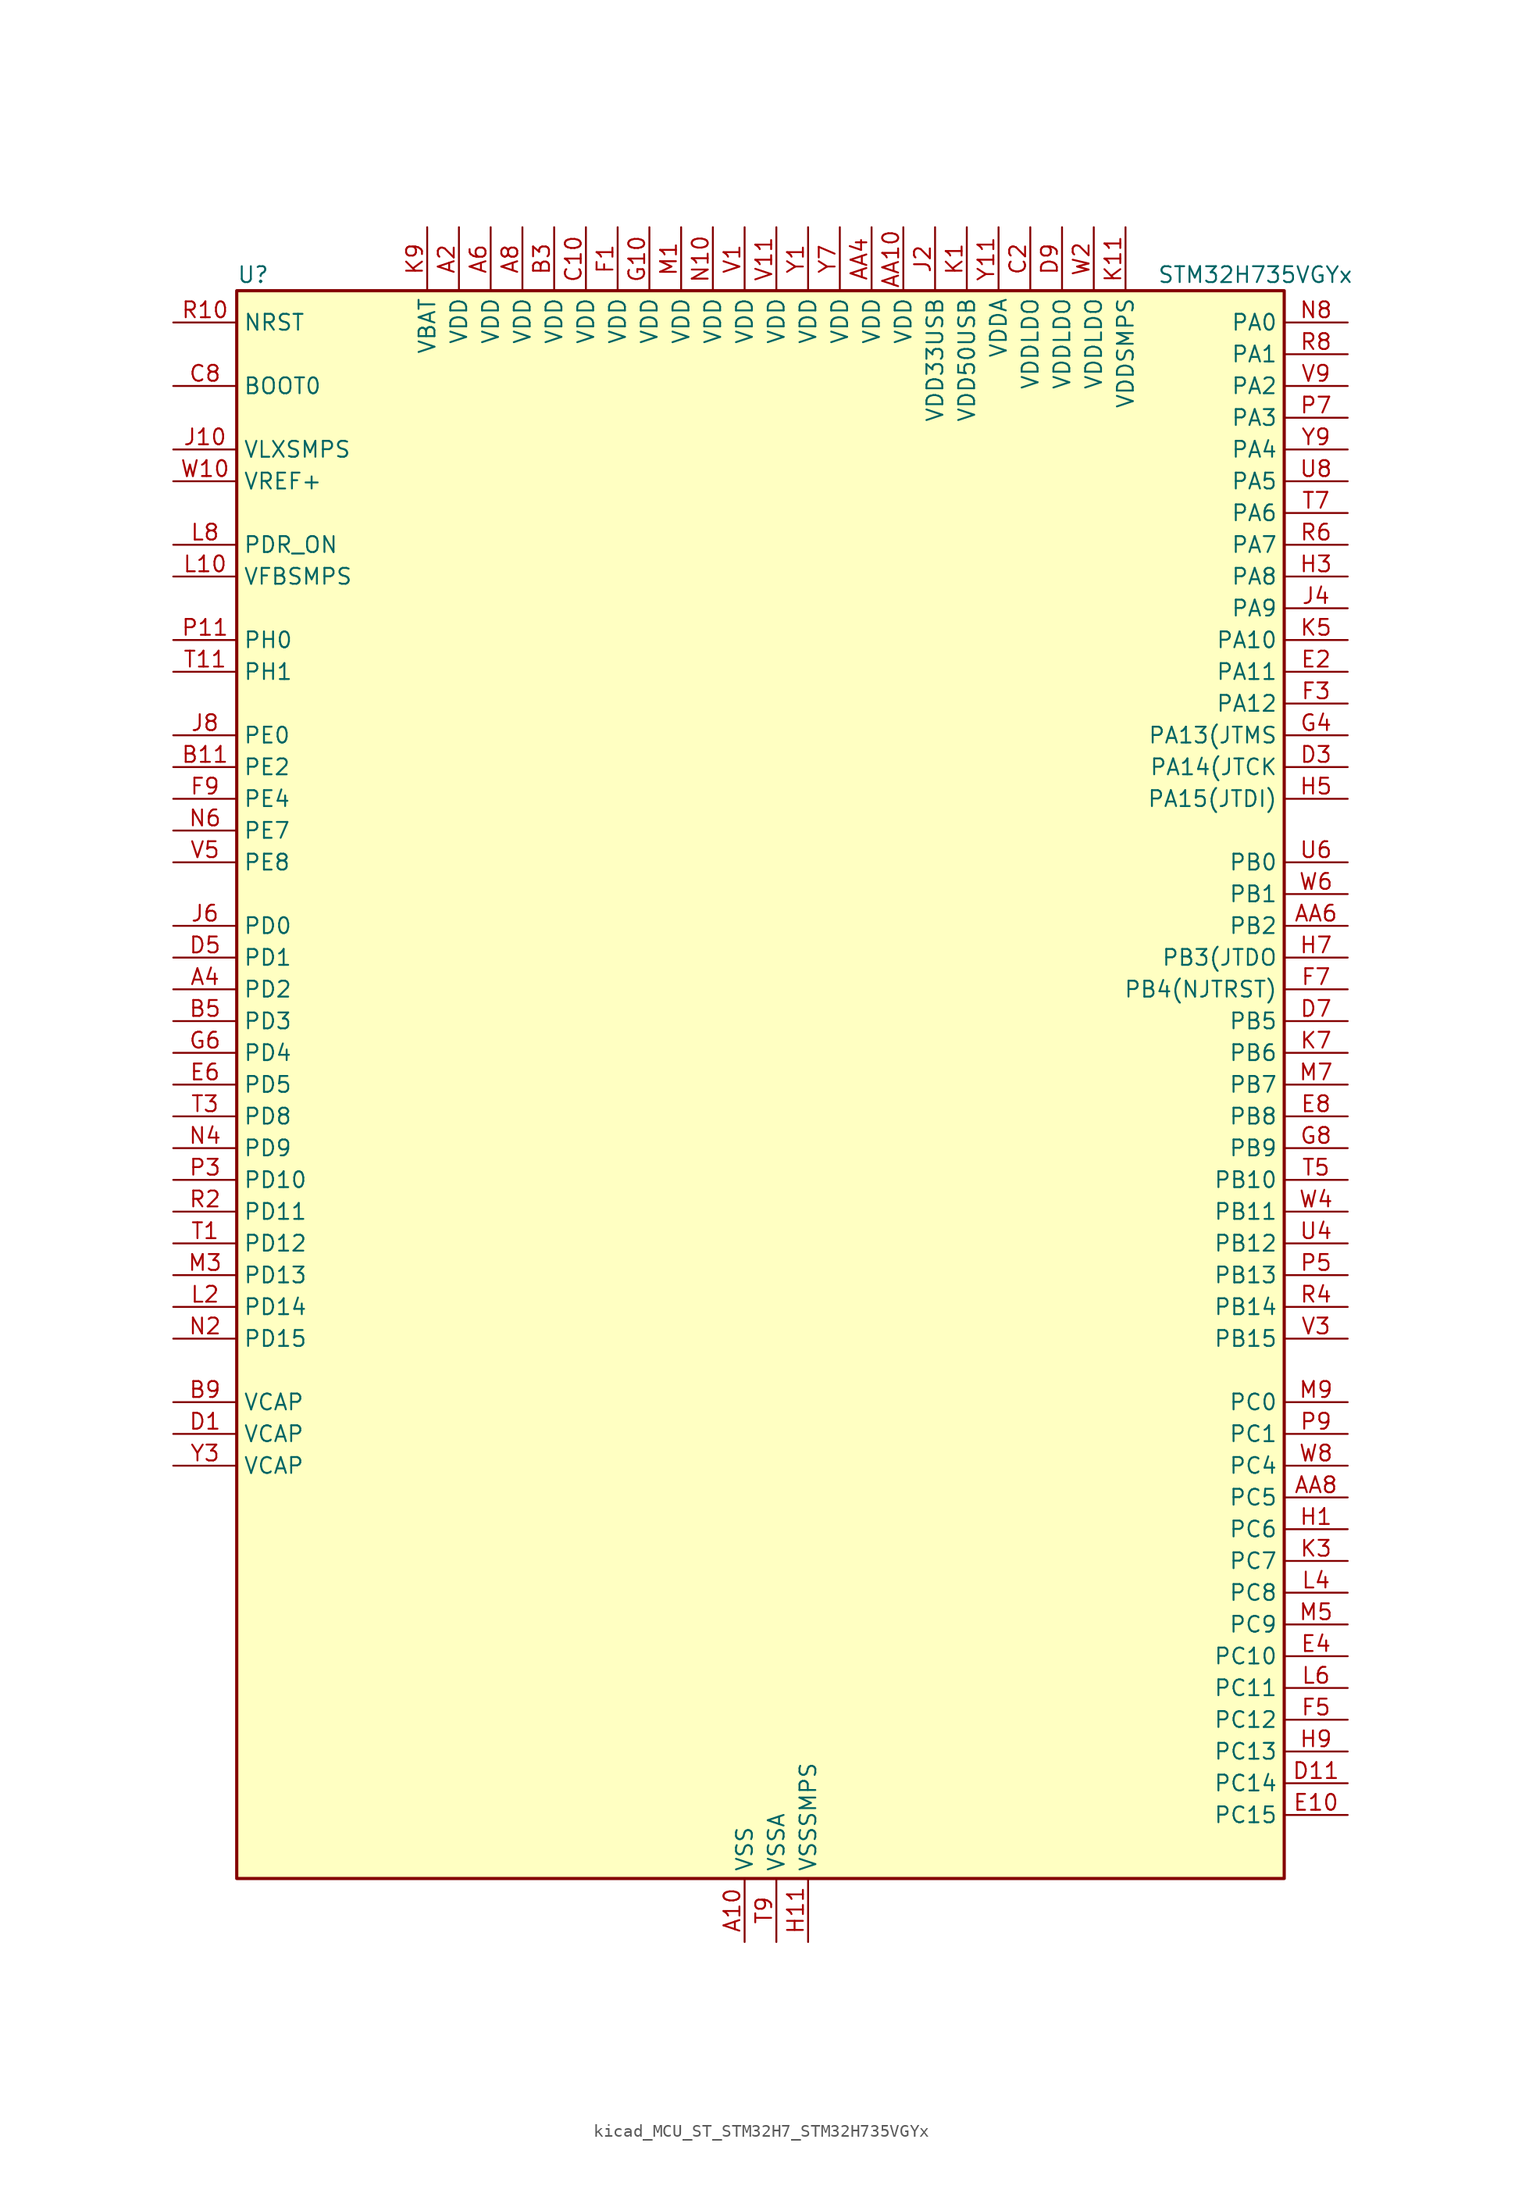
<source format=kicad_sym>
(kicad_symbol_lib
  (version 20220914)
  (generator kicad_symbol_editor)
  (symbol "kicad_MCU_ST_STM32H7_STM32H735VGYx"
    (property "Reference" "U"
      (at -40.64 64.77 0)
      (effects (font (size 1.27 1.27)) (justify left)))
    (property "Value" "STM32H735VGYx"
      (at 33.02 64.77 0)
      (effects (font (size 1.27 1.27)) (justify left)))
    (property "ki_locked" ""
      (at 0 0 0)
      (effects (font (size 1.27 1.27))))
    (symbol "kicad_MCU_ST_STM32H7_STM32H735VGYx_0_1"
      (rectangle (start -40.64 -63.5) (end 43.18 63.5) (stroke (width 0.254) (type default)) (fill (type background))))
    (symbol "kicad_MCU_ST_STM32H7_STM32H735VGYx_1_1"
      (pin power_in line (at 0 -68.58 90) (length 5.08) (name "VSS" (effects (font (size 1.27 1.27)))) (number "A10" (effects (font (size 1.27 1.27)))))
      (pin power_in line (at -22.86 68.58 270) (length 5.08) (name "VDD" (effects (font (size 1.27 1.27)))) (number "A2" (effects (font (size 1.27 1.27)))))
      (pin bidirectional line (at -45.72 7.62 0) (length 5.08) (name "PD2" (effects (font (size 1.27 1.27)))) (number "A4" (effects (font (size 1.27 1.27)))) (alternate "DCMI_D11" bidirectional line) (alternate "DEBUG_TRACED2" bidirectional line) (alternate "FMC_D7" bidirectional line) (alternate "FMC_DA7" bidirectional line) (alternate "LTDC_B2" bidirectional line) (alternate "LTDC_B7" bidirectional line) (alternate "PSSI_D11" bidirectional line) (alternate "SDMMC1_CMD" bidirectional line) (alternate "TIM15_BKIN" bidirectional line) (alternate "TIM3_ETR" bidirectional line) (alternate "UART5_RX" bidirectional line))
      (pin power_in line (at -20.32 68.58 270) (length 5.08) (name "VDD" (effects (font (size 1.27 1.27)))) (number "A6" (effects (font (size 1.27 1.27)))))
      (pin power_in line (at -17.78 68.58 270) (length 5.08) (name "VDD" (effects (font (size 1.27 1.27)))) (number "A8" (effects (font (size 1.27 1.27)))))
      (pin power_in line (at 12.7 68.58 270) (length 5.08) (name "VDD" (effects (font (size 1.27 1.27)))) (number "AA10" (effects (font (size 1.27 1.27)))))
      (pin passive line (at 0 -68.58 90) (length 5.08) hide (name "VSS" (effects (font (size 1.27 1.27)))) (number "AA2" (effects (font (size 1.27 1.27)))))
      (pin power_in line (at 10.16 68.58 270) (length 5.08) (name "VDD" (effects (font (size 1.27 1.27)))) (number "AA4" (effects (font (size 1.27 1.27)))))
      (pin bidirectional line (at 48.26 12.7 180) (length 5.08) (name "PB2" (effects (font (size 1.27 1.27)))) (number "AA6" (effects (font (size 1.27 1.27)))) (alternate "COMP1_INP" bidirectional line) (alternate "DFSDM1_CKIN1" bidirectional line) (alternate "ETH_TX_ER" bidirectional line) (alternate "I2S3_SDO" bidirectional line) (alternate "OCTOSPIM_P1_CLK" bidirectional line) (alternate "OCTOSPIM_P1_DQS" bidirectional line) (alternate "RTC_OUT_ALARM" bidirectional line) (alternate "RTC_OUT_CALIB" bidirectional line) (alternate "SAI1_D1" bidirectional line) (alternate "SAI1_SD_A" bidirectional line) (alternate "SAI4_D1" bidirectional line) (alternate "SAI4_SD_A" bidirectional line) (alternate "SPI3_MOSI" bidirectional line) (alternate "TIM23_ETR" bidirectional line))
      (pin bidirectional line (at 48.26 -33.02 180) (length 5.08) (name "PC5" (effects (font (size 1.27 1.27)))) (number "AA8" (effects (font (size 1.27 1.27)))) (alternate "ADC1_INN4" bidirectional line) (alternate "ADC1_INP8" bidirectional line) (alternate "ADC2_INN4" bidirectional line) (alternate "ADC2_INP8" bidirectional line) (alternate "COMP1_OUT" bidirectional line) (alternate "DFSDM1_DATIN2" bidirectional line) (alternate "ETH_RXD1" bidirectional line) (alternate "FMC_SDCKE0" bidirectional line) (alternate "LTDC_DE" bidirectional line) (alternate "OCTOSPIM_P1_DQS" bidirectional line) (alternate "OPAMP1_VINM" bidirectional line) (alternate "PSSI_D15" bidirectional line) (alternate "SAI1_D3" bidirectional line) (alternate "SAI4_D3" bidirectional line) (alternate "SPDIFRX1_IN3" bidirectional line))
      (pin passive line (at 0 -68.58 90) (length 5.08) hide (name "VSS" (effects (font (size 1.27 1.27)))) (number "B1" (effects (font (size 1.27 1.27)))))
      (pin bidirectional line (at -45.72 25.4 0) (length 5.08) (name "PE2" (effects (font (size 1.27 1.27)))) (number "B11" (effects (font (size 1.27 1.27)))) (alternate "DEBUG_TRACECLK" bidirectional line) (alternate "ETH_TXD3" bidirectional line) (alternate "FMC_A23" bidirectional line) (alternate "OCTOSPIM_P1_IO2" bidirectional line) (alternate "SAI1_CK1" bidirectional line) (alternate "SAI1_MCLK_A" bidirectional line) (alternate "SAI4_CK1" bidirectional line) (alternate "SAI4_MCLK_A" bidirectional line))
      (pin power_in line (at -15.24 68.58 270) (length 5.08) (name "VDD" (effects (font (size 1.27 1.27)))) (number "B3" (effects (font (size 1.27 1.27)))))
      (pin bidirectional line (at -45.72 5.08 0) (length 5.08) (name "PD3" (effects (font (size 1.27 1.27)))) (number "B5" (effects (font (size 1.27 1.27)))) (alternate "DCMI_D5" bidirectional line) (alternate "DFSDM1_CKOUT" bidirectional line) (alternate "FMC_CLK" bidirectional line) (alternate "I2S2_CK" bidirectional line) (alternate "LTDC_G7" bidirectional line) (alternate "PSSI_D5" bidirectional line) (alternate "SPI2_SCK" bidirectional line) (alternate "USART2_CTS" bidirectional line) (alternate "USART2_NSS" bidirectional line))
      (pin passive line (at 0 -68.58 90) (length 5.08) hide (name "VSS" (effects (font (size 1.27 1.27)))) (number "B7" (effects (font (size 1.27 1.27)))))
      (pin power_out line (at -45.72 -25.4 0) (length 5.08) (name "VCAP" (effects (font (size 1.27 1.27)))) (number "B9" (effects (font (size 1.27 1.27)))))
      (pin power_in line (at -12.7 68.58 270) (length 5.08) (name "VDD" (effects (font (size 1.27 1.27)))) (number "C10" (effects (font (size 1.27 1.27)))))
      (pin power_in line (at 22.86 68.58 270) (length 5.08) (name "VDDLDO" (effects (font (size 1.27 1.27)))) (number "C2" (effects (font (size 1.27 1.27)))))
      (pin passive line (at 0 -68.58 90) (length 5.08) hide (name "VSS" (effects (font (size 1.27 1.27)))) (number "C4" (effects (font (size 1.27 1.27)))))
      (pin passive line (at 0 -68.58 90) (length 5.08) hide (name "VSS" (effects (font (size 1.27 1.27)))) (number "C6" (effects (font (size 1.27 1.27)))))
      (pin input line (at -45.72 55.88 0) (length 5.08) (name "BOOT0" (effects (font (size 1.27 1.27)))) (number "C8" (effects (font (size 1.27 1.27)))))
      (pin power_out line (at -45.72 -27.94 0) (length 5.08) (name "VCAP" (effects (font (size 1.27 1.27)))) (number "D1" (effects (font (size 1.27 1.27)))))
      (pin bidirectional line (at 48.26 -55.88 180) (length 5.08) (name "PC14" (effects (font (size 1.27 1.27)))) (number "D11" (effects (font (size 1.27 1.27)))) (alternate "RCC_OSC32_IN" bidirectional line))
      (pin bidirectional line (at 48.26 25.4 180) (length 5.08) (name "PA14(JTCK" (effects (font (size 1.27 1.27)))) (number "D3" (effects (font (size 1.27 1.27)))) (alternate "DEBUG_JTCK-SWCLK" bidirectional line))
      (pin bidirectional line (at -45.72 10.16 0) (length 5.08) (name "PD1" (effects (font (size 1.27 1.27)))) (number "D5" (effects (font (size 1.27 1.27)))) (alternate "DFSDM1_DATIN6" bidirectional line) (alternate "FDCAN1_TX" bidirectional line) (alternate "FMC_D3" bidirectional line) (alternate "FMC_DA3" bidirectional line) (alternate "UART4_TX" bidirectional line))
      (pin bidirectional line (at 48.26 5.08 180) (length 5.08) (name "PB5" (effects (font (size 1.27 1.27)))) (number "D7" (effects (font (size 1.27 1.27)))) (alternate "DCMI_D10" bidirectional line) (alternate "ETH_PPS_OUT" bidirectional line) (alternate "FDCAN2_RX" bidirectional line) (alternate "FMC_SDCKE1" bidirectional line) (alternate "I2C1_SMBA" bidirectional line) (alternate "I2C4_SMBA" bidirectional line) (alternate "I2S1_SDO" bidirectional line) (alternate "I2S3_SDO" bidirectional line) (alternate "I2S6_SDO" bidirectional line) (alternate "LTDC_B5" bidirectional line) (alternate "PSSI_D10" bidirectional line) (alternate "SPI1_MOSI" bidirectional line) (alternate "SPI3_MOSI" bidirectional line) (alternate "SPI6_MOSI" bidirectional line) (alternate "TIM17_BKIN" bidirectional line) (alternate "TIM3_CH2" bidirectional line) (alternate "UART5_RX" bidirectional line) (alternate "USB_OTG_HS_ULPI_D7" bidirectional line))
      (pin power_in line (at 25.4 68.58 270) (length 5.08) (name "VDDLDO" (effects (font (size 1.27 1.27)))) (number "D9" (effects (font (size 1.27 1.27)))))
      (pin bidirectional line (at 48.26 -58.42 180) (length 5.08) (name "PC15" (effects (font (size 1.27 1.27)))) (number "E10" (effects (font (size 1.27 1.27)))) (alternate "ADC1_EXTI15" bidirectional line) (alternate "ADC2_EXTI15" bidirectional line) (alternate "ADC3_EXTI15" bidirectional line) (alternate "RCC_OSC32_OUT" bidirectional line))
      (pin bidirectional line (at 48.26 33.02 180) (length 5.08) (name "PA11" (effects (font (size 1.27 1.27)))) (number "E2" (effects (font (size 1.27 1.27)))) (alternate "ADC1_EXTI11" bidirectional line) (alternate "ADC2_EXTI11" bidirectional line) (alternate "ADC3_EXTI11" bidirectional line) (alternate "FDCAN1_RX" bidirectional line) (alternate "I2S2_WS" bidirectional line) (alternate "LPUART1_CTS" bidirectional line) (alternate "LTDC_R4" bidirectional line) (alternate "SPI2_NSS" bidirectional line) (alternate "TIM1_CH4" bidirectional line) (alternate "UART4_RX" bidirectional line) (alternate "USART1_CTS" bidirectional line) (alternate "USART1_NSS" bidirectional line) (alternate "USB_OTG_HS_DM" bidirectional line))
      (pin bidirectional line (at 48.26 -45.72 180) (length 5.08) (name "PC10" (effects (font (size 1.27 1.27)))) (number "E4" (effects (font (size 1.27 1.27)))) (alternate "DCMI_D8" bidirectional line) (alternate "DFSDM1_CKIN5" bidirectional line) (alternate "I2C5_SDA" bidirectional line) (alternate "I2S3_CK" bidirectional line) (alternate "LTDC_B1" bidirectional line) (alternate "LTDC_R2" bidirectional line) (alternate "OCTOSPIM_P1_IO1" bidirectional line) (alternate "PSSI_D8" bidirectional line) (alternate "SDMMC1_D2" bidirectional line) (alternate "SPI3_SCK" bidirectional line) (alternate "SWPMI1_RX" bidirectional line) (alternate "UART4_TX" bidirectional line) (alternate "USART3_TX" bidirectional line))
      (pin bidirectional line (at -45.72 0 0) (length 5.08) (name "PD5" (effects (font (size 1.27 1.27)))) (number "E6" (effects (font (size 1.27 1.27)))) (alternate "FMC_NWE" bidirectional line) (alternate "OCTOSPIM_P1_IO5" bidirectional line) (alternate "USART2_TX" bidirectional line))
      (pin bidirectional line (at 48.26 -2.54 180) (length 5.08) (name "PB8" (effects (font (size 1.27 1.27)))) (number "E8" (effects (font (size 1.27 1.27)))) (alternate "DCMI_D6" bidirectional line) (alternate "DFSDM1_CKIN7" bidirectional line) (alternate "ETH_TXD3" bidirectional line) (alternate "FDCAN1_RX" bidirectional line) (alternate "I2C1_SCL" bidirectional line) (alternate "I2C4_SCL" bidirectional line) (alternate "LTDC_B6" bidirectional line) (alternate "PSSI_D6" bidirectional line) (alternate "SDMMC1_CKIN" bidirectional line) (alternate "SDMMC1_D4" bidirectional line) (alternate "SDMMC2_D4" bidirectional line) (alternate "TIM16_CH1" bidirectional line) (alternate "TIM4_CH3" bidirectional line) (alternate "UART4_RX" bidirectional line))
      (pin power_in line (at -10.16 68.58 270) (length 5.08) (name "VDD" (effects (font (size 1.27 1.27)))) (number "F1" (effects (font (size 1.27 1.27)))))
      (pin passive line (at 0 -68.58 90) (length 5.08) hide (name "VSS" (effects (font (size 1.27 1.27)))) (number "F11" (effects (font (size 1.27 1.27)))))
      (pin bidirectional line (at 48.26 30.48 180) (length 5.08) (name "PA12" (effects (font (size 1.27 1.27)))) (number "F3" (effects (font (size 1.27 1.27)))) (alternate "FDCAN1_TX" bidirectional line) (alternate "I2S2_CK" bidirectional line) (alternate "LPUART1_DE" bidirectional line) (alternate "LPUART1_RTS" bidirectional line) (alternate "LTDC_R5" bidirectional line) (alternate "SAI4_FS_B" bidirectional line) (alternate "SPI2_SCK" bidirectional line) (alternate "TIM1_BKIN2" bidirectional line) (alternate "TIM1_ETR" bidirectional line) (alternate "UART4_TX" bidirectional line) (alternate "USART1_DE" bidirectional line) (alternate "USART1_RTS" bidirectional line) (alternate "USB_OTG_HS_DP" bidirectional line))
      (pin bidirectional line (at 48.26 -50.8 180) (length 5.08) (name "PC12" (effects (font (size 1.27 1.27)))) (number "F5" (effects (font (size 1.27 1.27)))) (alternate "DCMI_D9" bidirectional line) (alternate "DEBUG_TRACED3" bidirectional line) (alternate "FMC_D6" bidirectional line) (alternate "FMC_DA6" bidirectional line) (alternate "I2C5_SMBA" bidirectional line) (alternate "I2S3_SDO" bidirectional line) (alternate "I2S6_CK" bidirectional line) (alternate "LTDC_R6" bidirectional line) (alternate "PSSI_D9" bidirectional line) (alternate "SDMMC1_CK" bidirectional line) (alternate "SPI3_MOSI" bidirectional line) (alternate "SPI6_SCK" bidirectional line) (alternate "TIM15_CH1" bidirectional line) (alternate "UART5_TX" bidirectional line) (alternate "USART3_CK" bidirectional line))
      (pin bidirectional line (at 48.26 7.62 180) (length 5.08) (name "PB4(NJTRST)" (effects (font (size 1.27 1.27)))) (number "F7" (effects (font (size 1.27 1.27)))) (alternate "DEBUG_JTRST" bidirectional line) (alternate "I2S1_SDI" bidirectional line) (alternate "I2S2_WS" bidirectional line) (alternate "I2S3_SDI" bidirectional line) (alternate "I2S6_SDI" bidirectional line) (alternate "SDMMC2_D3" bidirectional line) (alternate "SPI1_MISO" bidirectional line) (alternate "SPI2_NSS" bidirectional line) (alternate "SPI3_MISO" bidirectional line) (alternate "SPI6_MISO" bidirectional line) (alternate "TIM16_BKIN" bidirectional line) (alternate "TIM3_CH1" bidirectional line) (alternate "UART7_TX" bidirectional line))
      (pin bidirectional line (at -45.72 22.86 0) (length 5.08) (name "PE4" (effects (font (size 1.27 1.27)))) (number "F9" (effects (font (size 1.27 1.27)))) (alternate "DCMI_D4" bidirectional line) (alternate "DEBUG_TRACED1" bidirectional line) (alternate "DFSDM1_DATIN3" bidirectional line) (alternate "FMC_A20" bidirectional line) (alternate "LTDC_B0" bidirectional line) (alternate "PSSI_D4" bidirectional line) (alternate "SAI1_D2" bidirectional line) (alternate "SAI1_FS_A" bidirectional line) (alternate "SAI4_D2" bidirectional line) (alternate "SAI4_FS_A" bidirectional line) (alternate "TIM15_CH1N" bidirectional line))
      (pin power_in line (at -7.62 68.58 270) (length 5.08) (name "VDD" (effects (font (size 1.27 1.27)))) (number "G10" (effects (font (size 1.27 1.27)))))
      (pin passive line (at 0 -68.58 90) (length 5.08) hide (name "VSS" (effects (font (size 1.27 1.27)))) (number "G2" (effects (font (size 1.27 1.27)))))
      (pin bidirectional line (at 48.26 27.94 180) (length 5.08) (name "PA13(JTMS" (effects (font (size 1.27 1.27)))) (number "G4" (effects (font (size 1.27 1.27)))) (alternate "DEBUG_JTMS-SWDIO" bidirectional line))
      (pin bidirectional line (at -45.72 2.54 0) (length 5.08) (name "PD4" (effects (font (size 1.27 1.27)))) (number "G6" (effects (font (size 1.27 1.27)))) (alternate "FMC_NOE" bidirectional line) (alternate "OCTOSPIM_P1_IO4" bidirectional line) (alternate "USART2_DE" bidirectional line) (alternate "USART2_RTS" bidirectional line))
      (pin bidirectional line (at 48.26 -5.08 180) (length 5.08) (name "PB9" (effects (font (size 1.27 1.27)))) (number "G8" (effects (font (size 1.27 1.27)))) (alternate "DAC1_EXTI9" bidirectional line) (alternate "DCMI_D7" bidirectional line) (alternate "DFSDM1_DATIN7" bidirectional line) (alternate "FDCAN1_TX" bidirectional line) (alternate "I2C1_SDA" bidirectional line) (alternate "I2C4_SDA" bidirectional line) (alternate "I2C4_SMBA" bidirectional line) (alternate "I2S2_WS" bidirectional line) (alternate "LTDC_B7" bidirectional line) (alternate "PSSI_D7" bidirectional line) (alternate "SDMMC1_CDIR" bidirectional line) (alternate "SDMMC1_D5" bidirectional line) (alternate "SDMMC2_D5" bidirectional line) (alternate "SPI2_NSS" bidirectional line) (alternate "TIM17_CH1" bidirectional line) (alternate "TIM4_CH4" bidirectional line) (alternate "UART4_TX" bidirectional line))
      (pin bidirectional line (at 48.26 -35.56 180) (length 5.08) (name "PC6" (effects (font (size 1.27 1.27)))) (number "H1" (effects (font (size 1.27 1.27)))) (alternate "DCMI_D0" bidirectional line) (alternate "DFSDM1_CKIN3" bidirectional line) (alternate "FMC_NWAIT" bidirectional line) (alternate "I2S2_MCK" bidirectional line) (alternate "LTDC_HSYNC" bidirectional line) (alternate "PSSI_D0" bidirectional line) (alternate "SDMMC1_D0DIR" bidirectional line) (alternate "SDMMC1_D6" bidirectional line) (alternate "SDMMC2_D6" bidirectional line) (alternate "SWPMI1_IO" bidirectional line) (alternate "TIM3_CH1" bidirectional line) (alternate "TIM8_CH1" bidirectional line) (alternate "USART6_TX" bidirectional line))
      (pin power_in line (at 5.08 -68.58 90) (length 5.08) (name "VSSSMPS" (effects (font (size 1.27 1.27)))) (number "H11" (effects (font (size 1.27 1.27)))))
      (pin bidirectional line (at 48.26 40.64 180) (length 5.08) (name "PA8" (effects (font (size 1.27 1.27)))) (number "H3" (effects (font (size 1.27 1.27)))) (alternate "I2C3_SCL" bidirectional line) (alternate "I2C5_SCL" bidirectional line) (alternate "LTDC_B3" bidirectional line) (alternate "LTDC_R6" bidirectional line) (alternate "RCC_MCO_1" bidirectional line) (alternate "TIM1_CH1" bidirectional line) (alternate "TIM8_BKIN2" bidirectional line) (alternate "TIM8_BKIN2_COMP1" bidirectional line) (alternate "TIM8_BKIN2_COMP2" bidirectional line) (alternate "UART7_RX" bidirectional line) (alternate "USART1_CK" bidirectional line) (alternate "USB_OTG_HS_SOF" bidirectional line))
      (pin bidirectional line (at 48.26 22.86 180) (length 5.08) (name "PA15(JTDI)" (effects (font (size 1.27 1.27)))) (number "H5" (effects (font (size 1.27 1.27)))) (alternate "ADC1_EXTI15" bidirectional line) (alternate "ADC2_EXTI15" bidirectional line) (alternate "ADC3_EXTI15" bidirectional line) (alternate "CEC" bidirectional line) (alternate "DEBUG_JTDI" bidirectional line) (alternate "I2S1_WS" bidirectional line) (alternate "I2S3_WS" bidirectional line) (alternate "I2S6_WS" bidirectional line) (alternate "LTDC_B6" bidirectional line) (alternate "LTDC_R3" bidirectional line) (alternate "SPI1_NSS" bidirectional line) (alternate "SPI3_NSS" bidirectional line) (alternate "SPI6_NSS" bidirectional line) (alternate "TIM2_CH1" bidirectional line) (alternate "TIM2_ETR" bidirectional line) (alternate "UART4_DE" bidirectional line) (alternate "UART4_RTS" bidirectional line) (alternate "UART7_TX" bidirectional line))
      (pin bidirectional line (at 48.26 10.16 180) (length 5.08) (name "PB3(JTDO" (effects (font (size 1.27 1.27)))) (number "H7" (effects (font (size 1.27 1.27)))) (alternate "CRS_SYNC" bidirectional line) (alternate "DEBUG_JTDO-SWO" bidirectional line) (alternate "I2S1_CK" bidirectional line) (alternate "I2S3_CK" bidirectional line) (alternate "I2S6_CK" bidirectional line) (alternate "SDMMC2_D2" bidirectional line) (alternate "SPI1_SCK" bidirectional line) (alternate "SPI3_SCK" bidirectional line) (alternate "SPI6_SCK" bidirectional line) (alternate "TIM24_ETR" bidirectional line) (alternate "TIM2_CH2" bidirectional line) (alternate "UART7_RX" bidirectional line))
      (pin bidirectional line (at 48.26 -53.34 180) (length 5.08) (name "PC13" (effects (font (size 1.27 1.27)))) (number "H9" (effects (font (size 1.27 1.27)))) (alternate "PWR_WKUP4" bidirectional line) (alternate "RTC_OUT_ALARM" bidirectional line) (alternate "RTC_OUT_CALIB" bidirectional line) (alternate "RTC_TAMP1" bidirectional line) (alternate "RTC_TS" bidirectional line))
      (pin power_in line (at -45.72 50.8 0) (length 5.08) (name "VLXSMPS" (effects (font (size 1.27 1.27)))) (number "J10" (effects (font (size 1.27 1.27)))))
      (pin power_in line (at 15.24 68.58 270) (length 5.08) (name "VDD33USB" (effects (font (size 1.27 1.27)))) (number "J2" (effects (font (size 1.27 1.27)))))
      (pin bidirectional line (at 48.26 38.1 180) (length 5.08) (name "PA9" (effects (font (size 1.27 1.27)))) (number "J4" (effects (font (size 1.27 1.27)))) (alternate "DAC1_EXTI9" bidirectional line) (alternate "DCMI_D0" bidirectional line) (alternate "ETH_TX_ER" bidirectional line) (alternate "I2C3_SMBA" bidirectional line) (alternate "I2C5_SMBA" bidirectional line) (alternate "I2S2_CK" bidirectional line) (alternate "LPUART1_TX" bidirectional line) (alternate "LTDC_R5" bidirectional line) (alternate "PSSI_D0" bidirectional line) (alternate "SPI2_SCK" bidirectional line) (alternate "TIM1_CH2" bidirectional line) (alternate "USART1_TX" bidirectional line) (alternate "USB_OTG_HS_VBUS" bidirectional line))
      (pin bidirectional line (at -45.72 12.7 0) (length 5.08) (name "PD0" (effects (font (size 1.27 1.27)))) (number "J6" (effects (font (size 1.27 1.27)))) (alternate "DFSDM1_CKIN6" bidirectional line) (alternate "FDCAN1_RX" bidirectional line) (alternate "FMC_D2" bidirectional line) (alternate "FMC_DA2" bidirectional line) (alternate "LTDC_B1" bidirectional line) (alternate "UART4_RX" bidirectional line) (alternate "UART9_CTS" bidirectional line))
      (pin bidirectional line (at -45.72 27.94 0) (length 5.08) (name "PE0" (effects (font (size 1.27 1.27)))) (number "J8" (effects (font (size 1.27 1.27)))) (alternate "DCMI_D2" bidirectional line) (alternate "FMC_NBL0" bidirectional line) (alternate "LPTIM1_ETR" bidirectional line) (alternate "LPTIM2_ETR" bidirectional line) (alternate "LTDC_R0" bidirectional line) (alternate "PSSI_D2" bidirectional line) (alternate "SAI4_MCLK_A" bidirectional line) (alternate "TIM4_ETR" bidirectional line))
      (pin power_in line (at 17.78 68.58 270) (length 5.08) (name "VDD50USB" (effects (font (size 1.27 1.27)))) (number "K1" (effects (font (size 1.27 1.27)))))
      (pin power_in line (at 30.48 68.58 270) (length 5.08) (name "VDDSMPS" (effects (font (size 1.27 1.27)))) (number "K11" (effects (font (size 1.27 1.27)))))
      (pin bidirectional line (at 48.26 -38.1 180) (length 5.08) (name "PC7" (effects (font (size 1.27 1.27)))) (number "K3" (effects (font (size 1.27 1.27)))) (alternate "DCMI_D1" bidirectional line) (alternate "DEBUG_TRGIO" bidirectional line) (alternate "DFSDM1_DATIN3" bidirectional line) (alternate "FMC_NE1" bidirectional line) (alternate "I2S3_MCK" bidirectional line) (alternate "LTDC_G6" bidirectional line) (alternate "PSSI_D1" bidirectional line) (alternate "SDMMC1_D123DIR" bidirectional line) (alternate "SDMMC1_D7" bidirectional line) (alternate "SDMMC2_D7" bidirectional line) (alternate "SWPMI1_TX" bidirectional line) (alternate "TIM3_CH2" bidirectional line) (alternate "TIM8_CH2" bidirectional line) (alternate "USART6_RX" bidirectional line))
      (pin bidirectional line (at 48.26 35.56 180) (length 5.08) (name "PA10" (effects (font (size 1.27 1.27)))) (number "K5" (effects (font (size 1.27 1.27)))) (alternate "DCMI_D1" bidirectional line) (alternate "LPUART1_RX" bidirectional line) (alternate "LTDC_B1" bidirectional line) (alternate "LTDC_B4" bidirectional line) (alternate "MDIOS_MDIO" bidirectional line) (alternate "PSSI_D1" bidirectional line) (alternate "TIM1_CH3" bidirectional line) (alternate "USART1_RX" bidirectional line) (alternate "USB_OTG_HS_ID" bidirectional line))
      (pin bidirectional line (at 48.26 2.54 180) (length 5.08) (name "PB6" (effects (font (size 1.27 1.27)))) (number "K7" (effects (font (size 1.27 1.27)))) (alternate "CEC" bidirectional line) (alternate "DCMI_D5" bidirectional line) (alternate "DFSDM1_DATIN5" bidirectional line) (alternate "FDCAN2_TX" bidirectional line) (alternate "FMC_SDNE1" bidirectional line) (alternate "I2C1_SCL" bidirectional line) (alternate "I2C4_SCL" bidirectional line) (alternate "LPUART1_TX" bidirectional line) (alternate "OCTOSPIM_P1_NCS" bidirectional line) (alternate "PSSI_D5" bidirectional line) (alternate "TIM16_CH1N" bidirectional line) (alternate "TIM4_CH1" bidirectional line) (alternate "UART5_TX" bidirectional line) (alternate "USART1_TX" bidirectional line))
      (pin power_in line (at -25.4 68.58 270) (length 5.08) (name "VBAT" (effects (font (size 1.27 1.27)))) (number "K9" (effects (font (size 1.27 1.27)))))
      (pin input line (at -45.72 40.64 0) (length 5.08) (name "VFBSMPS" (effects (font (size 1.27 1.27)))) (number "L10" (effects (font (size 1.27 1.27)))))
      (pin bidirectional line (at -45.72 -17.78 0) (length 5.08) (name "PD14" (effects (font (size 1.27 1.27)))) (number "L2" (effects (font (size 1.27 1.27)))) (alternate "FMC_D0" bidirectional line) (alternate "FMC_DA0" bidirectional line) (alternate "TIM4_CH3" bidirectional line) (alternate "UART9_RX" bidirectional line))
      (pin bidirectional line (at 48.26 -40.64 180) (length 5.08) (name "PC8" (effects (font (size 1.27 1.27)))) (number "L4" (effects (font (size 1.27 1.27)))) (alternate "DCMI_D2" bidirectional line) (alternate "DEBUG_TRACED1" bidirectional line) (alternate "FMC_INT" bidirectional line) (alternate "FMC_NCE" bidirectional line) (alternate "FMC_NE2" bidirectional line) (alternate "PSSI_D2" bidirectional line) (alternate "SDMMC1_D0" bidirectional line) (alternate "SWPMI1_RX" bidirectional line) (alternate "TIM3_CH3" bidirectional line) (alternate "TIM8_CH3" bidirectional line) (alternate "UART5_DE" bidirectional line) (alternate "UART5_RTS" bidirectional line) (alternate "USART6_CK" bidirectional line))
      (pin bidirectional line (at 48.26 -48.26 180) (length 5.08) (name "PC11" (effects (font (size 1.27 1.27)))) (number "L6" (effects (font (size 1.27 1.27)))) (alternate "ADC1_EXTI11" bidirectional line) (alternate "ADC2_EXTI11" bidirectional line) (alternate "ADC3_EXTI11" bidirectional line) (alternate "DCMI_D4" bidirectional line) (alternate "DFSDM1_DATIN5" bidirectional line) (alternate "I2C5_SCL" bidirectional line) (alternate "I2S3_SDI" bidirectional line) (alternate "LTDC_B4" bidirectional line) (alternate "OCTOSPIM_P1_NCS" bidirectional line) (alternate "PSSI_D4" bidirectional line) (alternate "SDMMC1_D3" bidirectional line) (alternate "SPI3_MISO" bidirectional line) (alternate "UART4_RX" bidirectional line) (alternate "USART3_RX" bidirectional line))
      (pin input line (at -45.72 43.18 0) (length 5.08) (name "PDR_ON" (effects (font (size 1.27 1.27)))) (number "L8" (effects (font (size 1.27 1.27)))))
      (pin power_in line (at -5.08 68.58 270) (length 5.08) (name "VDD" (effects (font (size 1.27 1.27)))) (number "M1" (effects (font (size 1.27 1.27)))))
      (pin passive line (at 0 -68.58 90) (length 5.08) hide (name "VSS" (effects (font (size 1.27 1.27)))) (number "M11" (effects (font (size 1.27 1.27)))))
      (pin bidirectional line (at -45.72 -15.24 0) (length 5.08) (name "PD13" (effects (font (size 1.27 1.27)))) (number "M3" (effects (font (size 1.27 1.27)))) (alternate "DCMI_D13" bidirectional line) (alternate "FDCAN3_TX" bidirectional line) (alternate "FMC_A18" bidirectional line) (alternate "I2C4_SDA" bidirectional line) (alternate "LPTIM1_OUT" bidirectional line) (alternate "OCTOSPIM_P1_IO3" bidirectional line) (alternate "PSSI_D13" bidirectional line) (alternate "SAI4_SCK_A" bidirectional line) (alternate "TIM4_CH2" bidirectional line) (alternate "UART9_DE" bidirectional line) (alternate "UART9_RTS" bidirectional line))
      (pin bidirectional line (at 48.26 -43.18 180) (length 5.08) (name "PC9" (effects (font (size 1.27 1.27)))) (number "M5" (effects (font (size 1.27 1.27)))) (alternate "DAC1_EXTI9" bidirectional line) (alternate "DCMI_D3" bidirectional line) (alternate "I2C3_SDA" bidirectional line) (alternate "I2C5_SDA" bidirectional line) (alternate "I2S_CKIN" bidirectional line) (alternate "LTDC_B2" bidirectional line) (alternate "LTDC_G3" bidirectional line) (alternate "OCTOSPIM_P1_IO0" bidirectional line) (alternate "PSSI_D3" bidirectional line) (alternate "RCC_MCO_2" bidirectional line) (alternate "SDMMC1_D1" bidirectional line) (alternate "SWPMI1_SUSPEND" bidirectional line) (alternate "TIM3_CH4" bidirectional line) (alternate "TIM8_CH4" bidirectional line) (alternate "UART5_CTS" bidirectional line))
      (pin bidirectional line (at 48.26 0 180) (length 5.08) (name "PB7" (effects (font (size 1.27 1.27)))) (number "M7" (effects (font (size 1.27 1.27)))) (alternate "DCMI_VSYNC" bidirectional line) (alternate "DFSDM1_CKIN5" bidirectional line) (alternate "FMC_NL" bidirectional line) (alternate "I2C1_SDA" bidirectional line) (alternate "I2C4_SDA" bidirectional line) (alternate "LPUART1_RX" bidirectional line) (alternate "PSSI_RDY" bidirectional line) (alternate "PWR_PVD_IN" bidirectional line) (alternate "TIM17_CH1N" bidirectional line) (alternate "TIM4_CH2" bidirectional line) (alternate "USART1_RX" bidirectional line))
      (pin bidirectional line (at 48.26 -25.4 180) (length 5.08) (name "PC0" (effects (font (size 1.27 1.27)))) (number "M9" (effects (font (size 1.27 1.27)))) (alternate "ADC1_INP10" bidirectional line) (alternate "ADC2_INP10" bidirectional line) (alternate "ADC3_INP10" bidirectional line) (alternate "DFSDM1_CKIN0" bidirectional line) (alternate "DFSDM1_DATIN4" bidirectional line) (alternate "FMC_A25" bidirectional line) (alternate "FMC_D12" bidirectional line) (alternate "FMC_DA12" bidirectional line) (alternate "FMC_SDNWE" bidirectional line) (alternate "LTDC_G2" bidirectional line) (alternate "LTDC_R5" bidirectional line) (alternate "SAI4_FS_B" bidirectional line) (alternate "USB_OTG_HS_ULPI_STP" bidirectional line))
      (pin power_in line (at -2.54 68.58 270) (length 5.08) (name "VDD" (effects (font (size 1.27 1.27)))) (number "N10" (effects (font (size 1.27 1.27)))))
      (pin bidirectional line (at -45.72 -20.32 0) (length 5.08) (name "PD15" (effects (font (size 1.27 1.27)))) (number "N2" (effects (font (size 1.27 1.27)))) (alternate "ADC1_EXTI15" bidirectional line) (alternate "ADC2_EXTI15" bidirectional line) (alternate "ADC3_EXTI15" bidirectional line) (alternate "FMC_D1" bidirectional line) (alternate "FMC_DA1" bidirectional line) (alternate "TIM4_CH4" bidirectional line) (alternate "UART9_TX" bidirectional line))
      (pin bidirectional line (at -45.72 -5.08 0) (length 5.08) (name "PD9" (effects (font (size 1.27 1.27)))) (number "N4" (effects (font (size 1.27 1.27)))) (alternate "DAC1_EXTI9" bidirectional line) (alternate "DFSDM1_DATIN3" bidirectional line) (alternate "FMC_D14" bidirectional line) (alternate "FMC_DA14" bidirectional line) (alternate "USART3_RX" bidirectional line))
      (pin bidirectional line (at -45.72 20.32 0) (length 5.08) (name "PE7" (effects (font (size 1.27 1.27)))) (number "N6" (effects (font (size 1.27 1.27)))) (alternate "COMP2_INM" bidirectional line) (alternate "DFSDM1_DATIN2" bidirectional line) (alternate "FMC_D4" bidirectional line) (alternate "FMC_DA4" bidirectional line) (alternate "OCTOSPIM_P1_IO4" bidirectional line) (alternate "OPAMP2_VOUT" bidirectional line) (alternate "TIM1_ETR" bidirectional line) (alternate "UART7_RX" bidirectional line))
      (pin bidirectional line (at 48.26 60.96 180) (length 5.08) (name "PA0" (effects (font (size 1.27 1.27)))) (number "N8" (effects (font (size 1.27 1.27)))) (alternate "ADC1_INP16" bidirectional line) (alternate "ETH_CRS" bidirectional line) (alternate "FMC_A19" bidirectional line) (alternate "I2S6_WS" bidirectional line) (alternate "PWR_WKUP1" bidirectional line) (alternate "SAI4_SD_B" bidirectional line) (alternate "SDMMC2_CMD" bidirectional line) (alternate "SPI6_NSS" bidirectional line) (alternate "TIM15_BKIN" bidirectional line) (alternate "TIM2_CH1" bidirectional line) (alternate "TIM2_ETR" bidirectional line) (alternate "TIM5_CH1" bidirectional line) (alternate "TIM8_ETR" bidirectional line) (alternate "UART4_TX" bidirectional line) (alternate "USART2_CTS" bidirectional line) (alternate "USART2_NSS" bidirectional line))
      (pin passive line (at 0 -68.58 90) (length 5.08) hide (name "VSS" (effects (font (size 1.27 1.27)))) (number "P1" (effects (font (size 1.27 1.27)))))
      (pin bidirectional line (at -45.72 35.56 0) (length 5.08) (name "PH0" (effects (font (size 1.27 1.27)))) (number "P11" (effects (font (size 1.27 1.27)))) (alternate "RCC_OSC_IN" bidirectional line))
      (pin bidirectional line (at -45.72 -7.62 0) (length 5.08) (name "PD10" (effects (font (size 1.27 1.27)))) (number "P3" (effects (font (size 1.27 1.27)))) (alternate "DFSDM1_CKOUT" bidirectional line) (alternate "FMC_D15" bidirectional line) (alternate "FMC_DA15" bidirectional line) (alternate "LTDC_B3" bidirectional line) (alternate "USART3_CK" bidirectional line))
      (pin bidirectional line (at 48.26 -15.24 180) (length 5.08) (name "PB13" (effects (font (size 1.27 1.27)))) (number "P5" (effects (font (size 1.27 1.27)))) (alternate "DCMI_D2" bidirectional line) (alternate "DFSDM1_CKIN1" bidirectional line) (alternate "ETH_TXD1" bidirectional line) (alternate "FDCAN2_TX" bidirectional line) (alternate "I2S2_CK" bidirectional line) (alternate "LPTIM2_OUT" bidirectional line) (alternate "OCTOSPIM_P1_IO2" bidirectional line) (alternate "PSSI_D2" bidirectional line) (alternate "SDMMC1_D0" bidirectional line) (alternate "SPI2_SCK" bidirectional line) (alternate "TIM1_CH1N" bidirectional line) (alternate "UART5_TX" bidirectional line) (alternate "USART3_CTS" bidirectional line) (alternate "USART3_NSS" bidirectional line) (alternate "USB_OTG_HS_ULPI_D6" bidirectional line))
      (pin bidirectional line (at 48.26 53.34 180) (length 5.08) (name "PA3" (effects (font (size 1.27 1.27)))) (number "P7" (effects (font (size 1.27 1.27)))) (alternate "ADC1_INP15" bidirectional line) (alternate "ADC2_INP15" bidirectional line) (alternate "ETH_COL" bidirectional line) (alternate "I2S6_MCK" bidirectional line) (alternate "LPTIM5_OUT" bidirectional line) (alternate "LTDC_B2" bidirectional line) (alternate "LTDC_B5" bidirectional line) (alternate "OCTOSPIM_P1_CLK" bidirectional line) (alternate "OCTOSPIM_P1_IO2" bidirectional line) (alternate "TIM15_CH2" bidirectional line) (alternate "TIM2_CH4" bidirectional line) (alternate "TIM5_CH4" bidirectional line) (alternate "USART2_RX" bidirectional line) (alternate "USB_OTG_HS_ULPI_D0" bidirectional line))
      (pin bidirectional line (at 48.26 -27.94 180) (length 5.08) (name "PC1" (effects (font (size 1.27 1.27)))) (number "P9" (effects (font (size 1.27 1.27)))) (alternate "ADC1_INN10" bidirectional line) (alternate "ADC1_INP11" bidirectional line) (alternate "ADC2_INN10" bidirectional line) (alternate "ADC2_INP11" bidirectional line) (alternate "ADC3_INN10" bidirectional line) (alternate "ADC3_INP11" bidirectional line) (alternate "DEBUG_TRACED0" bidirectional line) (alternate "DFSDM1_CKIN4" bidirectional line) (alternate "DFSDM1_DATIN0" bidirectional line) (alternate "ETH_MDC" bidirectional line) (alternate "I2S2_SDO" bidirectional line) (alternate "LTDC_G5" bidirectional line) (alternate "MDIOS_MDC" bidirectional line) (alternate "OCTOSPIM_P1_IO4" bidirectional line) (alternate "PWR_WKUP6" bidirectional line) (alternate "RTC_TAMP3" bidirectional line) (alternate "SAI1_D1" bidirectional line) (alternate "SAI1_SD_A" bidirectional line) (alternate "SAI4_D1" bidirectional line) (alternate "SAI4_SD_A" bidirectional line) (alternate "SDMMC2_CK" bidirectional line) (alternate "SPI2_MOSI" bidirectional line))
      (pin input line (at -45.72 60.96 0) (length 5.08) (name "NRST" (effects (font (size 1.27 1.27)))) (number "R10" (effects (font (size 1.27 1.27)))))
      (pin bidirectional line (at -45.72 -10.16 0) (length 5.08) (name "PD11" (effects (font (size 1.27 1.27)))) (number "R2" (effects (font (size 1.27 1.27)))) (alternate "ADC1_EXTI11" bidirectional line) (alternate "ADC2_EXTI11" bidirectional line) (alternate "ADC3_EXTI11" bidirectional line) (alternate "FMC_A16" bidirectional line) (alternate "FMC_CLE" bidirectional line) (alternate "I2C4_SMBA" bidirectional line) (alternate "LPTIM2_IN2" bidirectional line) (alternate "OCTOSPIM_P1_IO0" bidirectional line) (alternate "SAI4_SD_A" bidirectional line) (alternate "USART3_CTS" bidirectional line) (alternate "USART3_NSS" bidirectional line))
      (pin bidirectional line (at 48.26 -17.78 180) (length 5.08) (name "PB14" (effects (font (size 1.27 1.27)))) (number "R4" (effects (font (size 1.27 1.27)))) (alternate "DFSDM1_DATIN2" bidirectional line) (alternate "FMC_D10" bidirectional line) (alternate "FMC_DA10" bidirectional line) (alternate "I2S2_SDI" bidirectional line) (alternate "LTDC_CLK" bidirectional line) (alternate "SDMMC2_D0" bidirectional line) (alternate "SPI2_MISO" bidirectional line) (alternate "TIM12_CH1" bidirectional line) (alternate "TIM1_CH2N" bidirectional line) (alternate "TIM8_CH2N" bidirectional line) (alternate "UART4_DE" bidirectional line) (alternate "UART4_RTS" bidirectional line) (alternate "USART1_TX" bidirectional line) (alternate "USART3_DE" bidirectional line) (alternate "USART3_RTS" bidirectional line))
      (pin bidirectional line (at 48.26 43.18 180) (length 5.08) (name "PA7" (effects (font (size 1.27 1.27)))) (number "R6" (effects (font (size 1.27 1.27)))) (alternate "ADC1_INN3" bidirectional line) (alternate "ADC1_INP7" bidirectional line) (alternate "ADC2_INN3" bidirectional line) (alternate "ADC2_INP7" bidirectional line) (alternate "ETH_CRS_DV" bidirectional line) (alternate "ETH_RX_DV" bidirectional line) (alternate "FMC_SDNWE" bidirectional line) (alternate "I2S1_SDO" bidirectional line) (alternate "I2S6_SDO" bidirectional line) (alternate "LTDC_VSYNC" bidirectional line) (alternate "OCTOSPIM_P1_IO2" bidirectional line) (alternate "OPAMP1_VINM" bidirectional line) (alternate "SPI1_MOSI" bidirectional line) (alternate "SPI6_MOSI" bidirectional line) (alternate "TIM14_CH1" bidirectional line) (alternate "TIM1_CH1N" bidirectional line) (alternate "TIM3_CH2" bidirectional line) (alternate "TIM8_CH1N" bidirectional line))
      (pin bidirectional line (at 48.26 58.42 180) (length 5.08) (name "PA1" (effects (font (size 1.27 1.27)))) (number "R8" (effects (font (size 1.27 1.27)))) (alternate "ADC1_INN16" bidirectional line) (alternate "ADC1_INP17" bidirectional line) (alternate "ETH_REF_CLK" bidirectional line) (alternate "ETH_RX_CLK" bidirectional line) (alternate "LPTIM3_OUT" bidirectional line) (alternate "LTDC_R2" bidirectional line) (alternate "OCTOSPIM_P1_DQS" bidirectional line) (alternate "OCTOSPIM_P1_IO3" bidirectional line) (alternate "SAI4_MCLK_B" bidirectional line) (alternate "TIM15_CH1N" bidirectional line) (alternate "TIM2_CH2" bidirectional line) (alternate "TIM5_CH2" bidirectional line) (alternate "UART4_RX" bidirectional line) (alternate "USART2_DE" bidirectional line) (alternate "USART2_RTS" bidirectional line))
      (pin bidirectional line (at -45.72 -12.7 0) (length 5.08) (name "PD12" (effects (font (size 1.27 1.27)))) (number "T1" (effects (font (size 1.27 1.27)))) (alternate "DCMI_D12" bidirectional line) (alternate "FDCAN3_RX" bidirectional line) (alternate "FMC_A17" bidirectional line) (alternate "FMC_ALE" bidirectional line) (alternate "I2C4_SCL" bidirectional line) (alternate "LPTIM1_IN1" bidirectional line) (alternate "LPTIM2_IN1" bidirectional line) (alternate "OCTOSPIM_P1_IO1" bidirectional line) (alternate "PSSI_D12" bidirectional line) (alternate "SAI4_FS_A" bidirectional line) (alternate "TIM4_CH1" bidirectional line) (alternate "USART3_DE" bidirectional line) (alternate "USART3_RTS" bidirectional line))
      (pin bidirectional line (at -45.72 33.02 0) (length 5.08) (name "PH1" (effects (font (size 1.27 1.27)))) (number "T11" (effects (font (size 1.27 1.27)))) (alternate "RCC_OSC_OUT" bidirectional line))
      (pin bidirectional line (at -45.72 -2.54 0) (length 5.08) (name "PD8" (effects (font (size 1.27 1.27)))) (number "T3" (effects (font (size 1.27 1.27)))) (alternate "DFSDM1_CKIN3" bidirectional line) (alternate "FMC_D13" bidirectional line) (alternate "FMC_DA13" bidirectional line) (alternate "SPDIFRX1_IN1" bidirectional line) (alternate "USART3_TX" bidirectional line))
      (pin bidirectional line (at 48.26 -7.62 180) (length 5.08) (name "PB10" (effects (font (size 1.27 1.27)))) (number "T5" (effects (font (size 1.27 1.27)))) (alternate "DFSDM1_DATIN7" bidirectional line) (alternate "ETH_RX_ER" bidirectional line) (alternate "I2C2_SCL" bidirectional line) (alternate "I2S2_CK" bidirectional line) (alternate "LPTIM2_IN1" bidirectional line) (alternate "LTDC_G4" bidirectional line) (alternate "OCTOSPIM_P1_NCS" bidirectional line) (alternate "SPI2_SCK" bidirectional line) (alternate "TIM2_CH3" bidirectional line) (alternate "USART3_TX" bidirectional line) (alternate "USB_OTG_HS_ULPI_D3" bidirectional line))
      (pin bidirectional line (at 48.26 45.72 180) (length 5.08) (name "PA6" (effects (font (size 1.27 1.27)))) (number "T7" (effects (font (size 1.27 1.27)))) (alternate "ADC1_INP3" bidirectional line) (alternate "ADC2_INP3" bidirectional line) (alternate "DCMI_PIXCLK" bidirectional line) (alternate "I2S1_SDI" bidirectional line) (alternate "I2S6_SDI" bidirectional line) (alternate "LTDC_G2" bidirectional line) (alternate "MDIOS_MDC" bidirectional line) (alternate "OCTOSPIM_P1_IO3" bidirectional line) (alternate "PSSI_PDCK" bidirectional line) (alternate "SPI1_MISO" bidirectional line) (alternate "SPI6_MISO" bidirectional line) (alternate "TIM13_CH1" bidirectional line) (alternate "TIM1_BKIN" bidirectional line) (alternate "TIM1_BKIN_COMP1" bidirectional line) (alternate "TIM1_BKIN_COMP2" bidirectional line) (alternate "TIM3_CH1" bidirectional line) (alternate "TIM8_BKIN" bidirectional line) (alternate "TIM8_BKIN_COMP1" bidirectional line) (alternate "TIM8_BKIN_COMP2" bidirectional line))
      (pin power_in line (at 2.54 -68.58 90) (length 5.08) (name "VSSA" (effects (font (size 1.27 1.27)))) (number "T9" (effects (font (size 1.27 1.27)))))
      (pin passive line (at 0 -68.58 90) (length 5.08) hide (name "VSS" (effects (font (size 1.27 1.27)))) (number "U10" (effects (font (size 1.27 1.27)))))
      (pin passive line (at 0 -68.58 90) (length 5.08) hide (name "VSS" (effects (font (size 1.27 1.27)))) (number "U2" (effects (font (size 1.27 1.27)))))
      (pin bidirectional line (at 48.26 -12.7 180) (length 5.08) (name "PB12" (effects (font (size 1.27 1.27)))) (number "U4" (effects (font (size 1.27 1.27)))) (alternate "DFSDM1_DATIN1" bidirectional line) (alternate "ETH_TXD0" bidirectional line) (alternate "FDCAN2_RX" bidirectional line) (alternate "I2C2_SMBA" bidirectional line) (alternate "I2S2_WS" bidirectional line) (alternate "OCTOSPIM_P1_IO0" bidirectional line) (alternate "OCTOSPIM_P1_NCLK" bidirectional line) (alternate "SPI2_NSS" bidirectional line) (alternate "TIM1_BKIN" bidirectional line) (alternate "TIM1_BKIN_COMP1" bidirectional line) (alternate "TIM1_BKIN_COMP2" bidirectional line) (alternate "UART5_RX" bidirectional line) (alternate "USART3_CK" bidirectional line) (alternate "USB_OTG_HS_ULPI_D5" bidirectional line))
      (pin bidirectional line (at 48.26 17.78 180) (length 5.08) (name "PB0" (effects (font (size 1.27 1.27)))) (number "U6" (effects (font (size 1.27 1.27)))) (alternate "ADC1_INN5" bidirectional line) (alternate "ADC1_INP9" bidirectional line) (alternate "ADC2_INN5" bidirectional line) (alternate "ADC2_INP9" bidirectional line) (alternate "COMP1_INP" bidirectional line) (alternate "DFSDM1_CKOUT" bidirectional line) (alternate "ETH_RXD2" bidirectional line) (alternate "LTDC_G1" bidirectional line) (alternate "LTDC_R3" bidirectional line) (alternate "OCTOSPIM_P1_IO1" bidirectional line) (alternate "OPAMP1_VINP" bidirectional line) (alternate "TIM1_CH2N" bidirectional line) (alternate "TIM3_CH3" bidirectional line) (alternate "TIM8_CH2N" bidirectional line) (alternate "UART4_CTS" bidirectional line) (alternate "USB_OTG_HS_ULPI_D1" bidirectional line))
      (pin bidirectional line (at 48.26 48.26 180) (length 5.08) (name "PA5" (effects (font (size 1.27 1.27)))) (number "U8" (effects (font (size 1.27 1.27)))) (alternate "ADC1_INN18" bidirectional line) (alternate "ADC1_INP19" bidirectional line) (alternate "ADC2_INN18" bidirectional line) (alternate "ADC2_INP19" bidirectional line) (alternate "DAC1_OUT2" bidirectional line) (alternate "FMC_D9" bidirectional line) (alternate "FMC_DA9" bidirectional line) (alternate "I2S1_CK" bidirectional line) (alternate "I2S6_CK" bidirectional line) (alternate "LTDC_R4" bidirectional line) (alternate "PSSI_D14" bidirectional line) (alternate "PWR_NDSTOP2" bidirectional line) (alternate "SPI1_SCK" bidirectional line) (alternate "SPI6_SCK" bidirectional line) (alternate "TIM2_CH1" bidirectional line) (alternate "TIM2_ETR" bidirectional line) (alternate "TIM8_CH1N" bidirectional line) (alternate "USB_OTG_HS_ULPI_CK" bidirectional line))
      (pin power_in line (at 0 68.58 270) (length 5.08) (name "VDD" (effects (font (size 1.27 1.27)))) (number "V1" (effects (font (size 1.27 1.27)))))
      (pin power_in line (at 2.54 68.58 270) (length 5.08) (name "VDD" (effects (font (size 1.27 1.27)))) (number "V11" (effects (font (size 1.27 1.27)))))
      (pin bidirectional line (at 48.26 -20.32 180) (length 5.08) (name "PB15" (effects (font (size 1.27 1.27)))) (number "V3" (effects (font (size 1.27 1.27)))) (alternate "ADC1_EXTI15" bidirectional line) (alternate "ADC2_EXTI15" bidirectional line) (alternate "ADC3_EXTI15" bidirectional line) (alternate "DFSDM1_CKIN2" bidirectional line) (alternate "FMC_D11" bidirectional line) (alternate "FMC_DA11" bidirectional line) (alternate "I2S2_SDO" bidirectional line) (alternate "LTDC_G7" bidirectional line) (alternate "RTC_REFIN" bidirectional line) (alternate "SDMMC2_D1" bidirectional line) (alternate "SPI2_MOSI" bidirectional line) (alternate "TIM12_CH2" bidirectional line) (alternate "TIM1_CH3N" bidirectional line) (alternate "TIM8_CH3N" bidirectional line) (alternate "UART4_CTS" bidirectional line) (alternate "USART1_RX" bidirectional line))
      (pin bidirectional line (at -45.72 17.78 0) (length 5.08) (name "PE8" (effects (font (size 1.27 1.27)))) (number "V5" (effects (font (size 1.27 1.27)))) (alternate "COMP2_OUT" bidirectional line) (alternate "DFSDM1_CKIN2" bidirectional line) (alternate "FMC_D5" bidirectional line) (alternate "FMC_DA5" bidirectional line) (alternate "OCTOSPIM_P1_IO5" bidirectional line) (alternate "OPAMP2_VINM" bidirectional line) (alternate "TIM1_CH1N" bidirectional line) (alternate "UART7_TX" bidirectional line))
      (pin passive line (at 0 -68.58 90) (length 5.08) hide (name "VSS" (effects (font (size 1.27 1.27)))) (number "V7" (effects (font (size 1.27 1.27)))))
      (pin bidirectional line (at 48.26 55.88 180) (length 5.08) (name "PA2" (effects (font (size 1.27 1.27)))) (number "V9" (effects (font (size 1.27 1.27)))) (alternate "ADC1_INP14" bidirectional line) (alternate "ADC2_INP14" bidirectional line) (alternate "ETH_MDIO" bidirectional line) (alternate "LPTIM4_OUT" bidirectional line) (alternate "LTDC_R1" bidirectional line) (alternate "MDIOS_MDIO" bidirectional line) (alternate "OCTOSPIM_P1_IO0" bidirectional line) (alternate "PWR_WKUP2" bidirectional line) (alternate "SAI4_SCK_B" bidirectional line) (alternate "TIM15_CH1" bidirectional line) (alternate "TIM2_CH3" bidirectional line) (alternate "TIM5_CH3" bidirectional line) (alternate "USART2_TX" bidirectional line))
      (pin input line (at -45.72 48.26 0) (length 5.08) (name "VREF+" (effects (font (size 1.27 1.27)))) (number "W10" (effects (font (size 1.27 1.27)))) (alternate "VREFBUF_OUT" bidirectional line))
      (pin power_in line (at 27.94 68.58 270) (length 5.08) (name "VDDLDO" (effects (font (size 1.27 1.27)))) (number "W2" (effects (font (size 1.27 1.27)))))
      (pin bidirectional line (at 48.26 -10.16 180) (length 5.08) (name "PB11" (effects (font (size 1.27 1.27)))) (number "W4" (effects (font (size 1.27 1.27)))) (alternate "ADC1_EXTI11" bidirectional line) (alternate "ADC2_EXTI11" bidirectional line) (alternate "ADC3_EXTI11" bidirectional line) (alternate "DFSDM1_CKIN7" bidirectional line) (alternate "ETH_TX_EN" bidirectional line) (alternate "I2C2_SDA" bidirectional line) (alternate "LPTIM2_ETR" bidirectional line) (alternate "LTDC_G5" bidirectional line) (alternate "TIM2_CH4" bidirectional line) (alternate "USART3_RX" bidirectional line) (alternate "USB_OTG_HS_ULPI_D4" bidirectional line))
      (pin bidirectional line (at 48.26 15.24 180) (length 5.08) (name "PB1" (effects (font (size 1.27 1.27)))) (number "W6" (effects (font (size 1.27 1.27)))) (alternate "ADC1_INP5" bidirectional line) (alternate "ADC2_INP5" bidirectional line) (alternate "COMP1_INM" bidirectional line) (alternate "DFSDM1_DATIN1" bidirectional line) (alternate "ETH_RXD3" bidirectional line) (alternate "LTDC_G0" bidirectional line) (alternate "LTDC_R6" bidirectional line) (alternate "OCTOSPIM_P1_IO0" bidirectional line) (alternate "TIM1_CH3N" bidirectional line) (alternate "TIM3_CH4" bidirectional line) (alternate "TIM8_CH3N" bidirectional line) (alternate "USB_OTG_HS_ULPI_D2" bidirectional line))
      (pin bidirectional line (at 48.26 -30.48 180) (length 5.08) (name "PC4" (effects (font (size 1.27 1.27)))) (number "W8" (effects (font (size 1.27 1.27)))) (alternate "ADC1_INP4" bidirectional line) (alternate "ADC2_INP4" bidirectional line) (alternate "COMP1_INM" bidirectional line) (alternate "DFSDM1_CKIN2" bidirectional line) (alternate "ETH_RXD0" bidirectional line) (alternate "FMC_A22" bidirectional line) (alternate "FMC_SDNE0" bidirectional line) (alternate "I2S1_MCK" bidirectional line) (alternate "LTDC_R7" bidirectional line) (alternate "OPAMP1_VOUT" bidirectional line) (alternate "SDMMC2_CKIN" bidirectional line) (alternate "SPDIFRX1_IN2" bidirectional line))
      (pin power_in line (at 5.08 68.58 270) (length 5.08) (name "VDD" (effects (font (size 1.27 1.27)))) (number "Y1" (effects (font (size 1.27 1.27)))))
      (pin power_in line (at 20.32 68.58 270) (length 5.08) (name "VDDA" (effects (font (size 1.27 1.27)))) (number "Y11" (effects (font (size 1.27 1.27)))))
      (pin power_out line (at -45.72 -30.48 0) (length 5.08) (name "VCAP" (effects (font (size 1.27 1.27)))) (number "Y3" (effects (font (size 1.27 1.27)))))
      (pin passive line (at 0 -68.58 90) (length 5.08) hide (name "VSS" (effects (font (size 1.27 1.27)))) (number "Y5" (effects (font (size 1.27 1.27)))))
      (pin power_in line (at 7.62 68.58 270) (length 5.08) (name "VDD" (effects (font (size 1.27 1.27)))) (number "Y7" (effects (font (size 1.27 1.27)))))
      (pin bidirectional line (at 48.26 50.8 180) (length 5.08) (name "PA4" (effects (font (size 1.27 1.27)))) (number "Y9" (effects (font (size 1.27 1.27)))) (alternate "ADC1_INP18" bidirectional line) (alternate "ADC2_INP18" bidirectional line) (alternate "DAC1_OUT1" bidirectional line) (alternate "DCMI_HSYNC" bidirectional line) (alternate "FMC_D8" bidirectional line) (alternate "FMC_DA8" bidirectional line) (alternate "I2S1_WS" bidirectional line) (alternate "I2S3_WS" bidirectional line) (alternate "I2S6_WS" bidirectional line) (alternate "LTDC_VSYNC" bidirectional line) (alternate "PSSI_DE" bidirectional line) (alternate "SPI1_NSS" bidirectional line) (alternate "SPI3_NSS" bidirectional line) (alternate "SPI6_NSS" bidirectional line) (alternate "TIM5_ETR" bidirectional line) (alternate "USART2_CK" bidirectional line)))))
</source>
